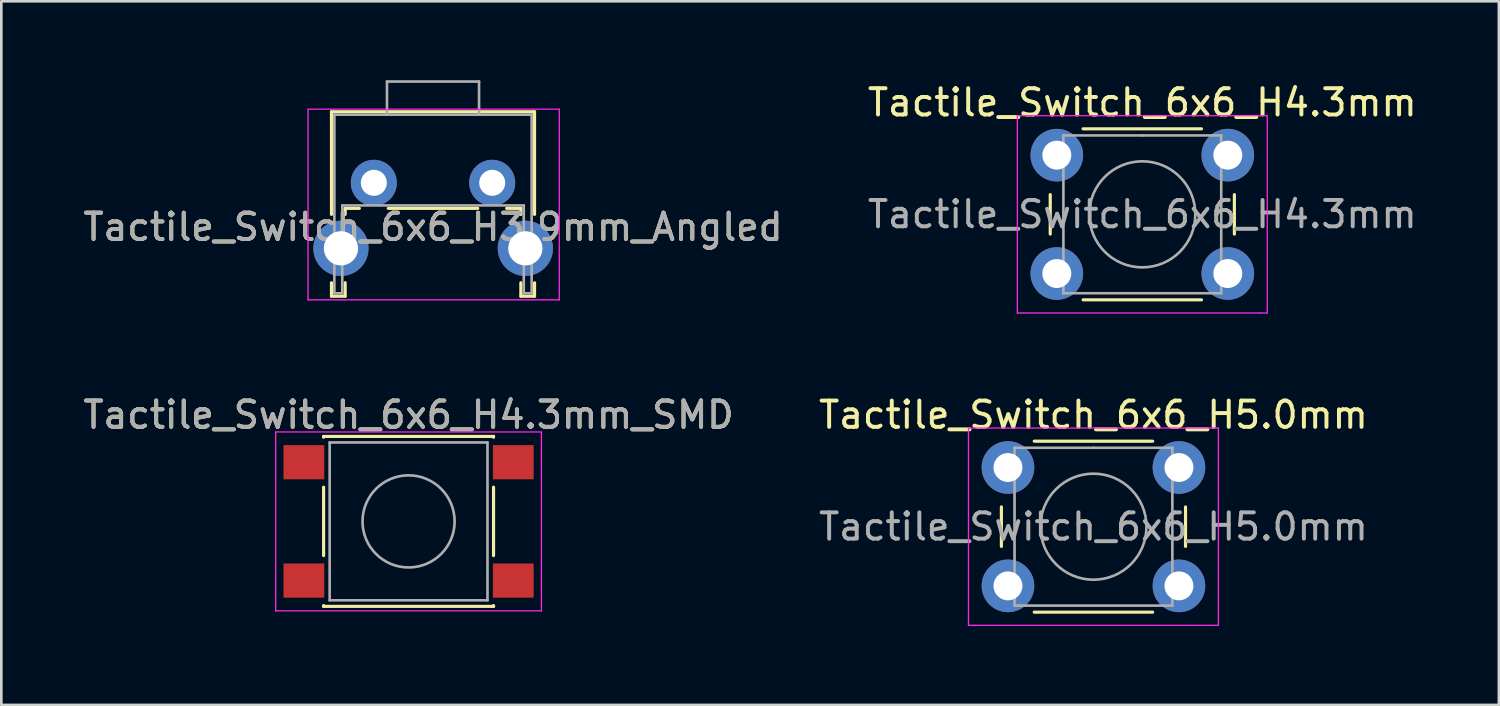
<source format=kicad_pcb>
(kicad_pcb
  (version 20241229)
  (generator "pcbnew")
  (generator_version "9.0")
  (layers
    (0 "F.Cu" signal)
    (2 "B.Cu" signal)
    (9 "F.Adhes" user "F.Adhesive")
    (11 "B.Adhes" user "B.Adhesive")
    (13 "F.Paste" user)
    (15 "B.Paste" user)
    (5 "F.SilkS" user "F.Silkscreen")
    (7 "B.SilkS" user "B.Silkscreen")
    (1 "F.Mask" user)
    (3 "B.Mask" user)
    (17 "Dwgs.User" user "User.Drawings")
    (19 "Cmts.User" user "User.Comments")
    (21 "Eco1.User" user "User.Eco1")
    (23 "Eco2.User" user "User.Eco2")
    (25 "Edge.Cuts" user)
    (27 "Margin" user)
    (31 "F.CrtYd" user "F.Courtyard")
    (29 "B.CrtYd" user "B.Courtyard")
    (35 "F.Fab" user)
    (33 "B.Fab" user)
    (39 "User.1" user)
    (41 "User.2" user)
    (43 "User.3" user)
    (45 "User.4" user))
  (footprint "Tactile_Switch_6x6_H5.0mm"
    (layer "F.Cu")
    (at 35.268 14.722)
    (property "Reference" "Tactile_Switch_6x6_H5.0mm" (at 3.25 -2 0) (layer "F.SilkS") (effects (font (size 1 1) (thickness 0.15))))
    (attr through_hole)
    (fp_line (start -0.25 1.5) (end -0.25 3) (stroke (width 0.12) (type solid)) (layer "F.SilkS"))
    (fp_line (start 1 5.5) (end 5.5 5.5) (stroke (width 0.12) (type solid)) (layer "F.SilkS"))
    (fp_line (start 5.5 -1) (end 1 -1) (stroke (width 0.12) (type solid)) (layer "F.SilkS"))
    (fp_line (start 6.75 3) (end 6.75 1.5) (stroke (width 0.12) (type solid)) (layer "F.SilkS"))
    (fp_line (start -1.5 -1.5) (end -1.25 -1.5) (stroke (width 0.05) (type solid)) (layer "F.CrtYd"))
    (fp_line (start -1.5 -1.25) (end -1.5 -1.5) (stroke (width 0.05) (type solid)) (layer "F.CrtYd"))
    (fp_line (start -1.5 5.75) (end -1.5 -1.25) (stroke (width 0.05) (type solid)) (layer "F.CrtYd"))
    (fp_line (start -1.5 5.75) (end -1.5 6) (stroke (width 0.05) (type solid)) (layer "F.CrtYd"))
    (fp_line (start -1.5 6) (end -1.25 6) (stroke (width 0.05) (type solid)) (layer "F.CrtYd"))
    (fp_line (start -1.25 -1.5) (end 7.75 -1.5) (stroke (width 0.05) (type solid)) (layer "F.CrtYd"))
    (fp_line (start 7.75 -1.5) (end 8 -1.5) (stroke (width 0.05) (type solid)) (layer "F.CrtYd"))
    (fp_line (start 7.75 6) (end -1.25 6) (stroke (width 0.05) (type solid)) (layer "F.CrtYd"))
    (fp_line (start 7.75 6) (end 8 6) (stroke (width 0.05) (type solid)) (layer "F.CrtYd"))
    (fp_line (start 8 -1.5) (end 8 -1.25) (stroke (width 0.05) (type solid)) (layer "F.CrtYd"))
    (fp_line (start 8 -1.25) (end 8 5.75) (stroke (width 0.05) (type solid)) (layer "F.CrtYd"))
    (fp_line (start 8 6) (end 8 5.75) (stroke (width 0.05) (type solid)) (layer "F.CrtYd"))
    (fp_line (start 0.25 -0.75) (end 3.25 -0.75) (stroke (width 0.1) (type solid)) (layer "F.Fab"))
    (fp_line (start 0.25 5.25) (end 0.25 -0.75) (stroke (width 0.1) (type solid)) (layer "F.Fab"))
    (fp_line (start 3.25 -0.75) (end 6.25 -0.75) (stroke (width 0.1) (type solid)) (layer "F.Fab"))
    (fp_line (start 6.25 -0.75) (end 6.25 5.25) (stroke (width 0.1) (type solid)) (layer "F.Fab"))
    (fp_line (start 6.25 5.25) (end 0.25 5.25) (stroke (width 0.1) (type solid)) (layer "F.Fab"))
    (fp_circle (center 3.25 2.25) (end 1.25 2.5) (stroke (width 0.1) (type solid)) (fill no) (layer "F.Fab"))
    (fp_text user "${REFERENCE}" (at 3.25 2.25 0) (layer "F.Fab") (effects (font (size 1 1) (thickness 0.15))))
    (pad "1" thru_hole circle (at 0 0 90) (size 2 2) (drill 1.1) (layers "*.Cu" "*.Mask"))
    (pad "1" thru_hole circle (at 6.5 0 90) (size 2 2) (drill 1.1) (layers "*.Cu" "*.Mask"))
    (pad "2" thru_hole circle (at 0 4.5 90) (size 2 2) (drill 1.1) (layers "*.Cu" "*.Mask"))
    (pad "2" thru_hole circle (at 6.5 4.5 90) (size 2 2) (drill 1.1) (layers "*.Cu" "*.Mask")))
  (footprint "Tactile_Switch_6x6_H4.3mm_SMD"
    (layer "F.Cu")
    (at 12.482 16.771)
    (property "Reference" "Tactile_Switch_6x6_H4.3mm_SMD" (at 0 -4.05 0) (layer "F.SilkS") (effects (font (size 1 1) (thickness 0.15))))
    (attr smd)
    (fp_line (start -3.23 -3.23) (end 3.23 -3.23) (stroke (width 0.12) (type solid)) (layer "F.SilkS"))
    (fp_line (start -3.23 -3.2) (end -3.23 -3.23) (stroke (width 0.12) (type solid)) (layer "F.SilkS"))
    (fp_line (start -3.23 -1.3) (end -3.23 1.3) (stroke (width 0.12) (type solid)) (layer "F.SilkS"))
    (fp_line (start -3.23 3.23) (end -3.23 3.2) (stroke (width 0.12) (type solid)) (layer "F.SilkS"))
    (fp_line (start -3.23 3.23) (end 3.23 3.23) (stroke (width 0.12) (type solid)) (layer "F.SilkS"))
    (fp_line (start 3.23 -3.23) (end 3.23 -3.2) (stroke (width 0.12) (type solid)) (layer "F.SilkS"))
    (fp_line (start 3.23 -1.3) (end 3.23 1.3) (stroke (width 0.12) (type solid)) (layer "F.SilkS"))
    (fp_line (start 3.23 3.23) (end 3.23 3.2) (stroke (width 0.12) (type solid)) (layer "F.SilkS"))
    (fp_line (start -5.05 -3.4) (end -5.05 3.4) (stroke (width 0.05) (type solid)) (layer "F.CrtYd"))
    (fp_line (start -5.05 -3.4) (end 5.05 -3.4) (stroke (width 0.05) (type solid)) (layer "F.CrtYd"))
    (fp_line (start -5.05 3.4) (end 5.05 3.4) (stroke (width 0.05) (type solid)) (layer "F.CrtYd"))
    (fp_line (start 5.05 3.4) (end 5.05 -3.4) (stroke (width 0.05) (type solid)) (layer "F.CrtYd"))
    (fp_line (start -3 -3) (end -3 3) (stroke (width 0.1) (type solid)) (layer "F.Fab"))
    (fp_line (start -3 3) (end 3 3) (stroke (width 0.1) (type solid)) (layer "F.Fab"))
    (fp_line (start 3 -3) (end -3 -3) (stroke (width 0.1) (type solid)) (layer "F.Fab"))
    (fp_line (start 3 3) (end 3 -3) (stroke (width 0.1) (type solid)) (layer "F.Fab"))
    (fp_circle (center 0 0) (end 1.75 -0.05) (stroke (width 0.1) (type solid)) (fill no) (layer "F.Fab"))
    (fp_text user "${REFERENCE}" (at 0 -4.05 0) (layer "F.Fab") (effects (font (size 1 1) (thickness 0.15))))
    (pad "1" smd rect (at -3.98 -2.25) (size 1.55 1.3) (layers "F.Cu" "F.Mask" "F.Paste"))
    (pad "1" smd rect (at 3.98 -2.25) (size 1.55 1.3) (layers "F.Cu" "F.Mask" "F.Paste"))
    (pad "2" smd rect (at -3.98 2.25) (size 1.55 1.3) (layers "F.Cu" "F.Mask" "F.Paste"))
    (pad "2" smd rect (at 3.98 2.25) (size 1.55 1.3) (layers "F.Cu" "F.Mask" "F.Paste")))
  (footprint "Tactile_Switch_6x6_H3.9mm_Angled"
    (layer "F.Cu")
    (at 11.161 3.9)
    (property "Reference" "Tactile_Switch_6x6_H3.9mm_Angled" (at 2.25 1.68 0) (layer "F.SilkS") (effects (font (size 1 1) (thickness 0.15))))
    (attr through_hole)
    (fp_line (start -1.61 -2.7) (end -1.61 1.2) (stroke (width 0.12) (type solid)) (layer "F.SilkS"))
    (fp_line (start -1.61 -2.7) (end 6.11 -2.7) (stroke (width 0.12) (type solid)) (layer "F.SilkS"))
    (fp_line (start -1.61 3.8) (end -1.61 4.31) (stroke (width 0.12) (type solid)) (layer "F.SilkS"))
    (fp_line (start -1.61 4.31) (end -1.09 4.31) (stroke (width 0.12) (type solid)) (layer "F.SilkS"))
    (fp_line (start -1.09 0.97) (end -1.09 1.2) (stroke (width 0.12) (type solid)) (layer "F.SilkS"))
    (fp_line (start -1.09 0.97) (end -0.55 0.97) (stroke (width 0.12) (type solid)) (layer "F.SilkS"))
    (fp_line (start -1.09 3.8) (end -1.09 4.31) (stroke (width 0.12) (type solid)) (layer "F.SilkS"))
    (fp_line (start 0.55 0.97) (end 3.95 0.97) (stroke (width 0.12) (type solid)) (layer "F.SilkS"))
    (fp_line (start 5.05 0.97) (end 5.59 0.97) (stroke (width 0.12) (type solid)) (layer "F.SilkS"))
    (fp_line (start 5.59 0.97) (end 5.59 1.2) (stroke (width 0.12) (type solid)) (layer "F.SilkS"))
    (fp_line (start 5.59 3.8) (end 5.59 4.31) (stroke (width 0.12) (type solid)) (layer "F.SilkS"))
    (fp_line (start 5.59 4.31) (end 6.11 4.31) (stroke (width 0.12) (type solid)) (layer "F.SilkS"))
    (fp_line (start 6.11 -2.7) (end 6.11 1.2) (stroke (width 0.12) (type solid)) (layer "F.SilkS"))
    (fp_line (start 6.11 3.8) (end 6.11 4.31) (stroke (width 0.12) (type solid)) (layer "F.SilkS"))
    (fp_line (start -2.5 -2.8) (end 7.05 -2.8) (stroke (width 0.05) (type solid)) (layer "F.CrtYd"))
    (fp_line (start -2.5 4.45) (end -2.5 -2.8) (stroke (width 0.05) (type solid)) (layer "F.CrtYd"))
    (fp_line (start 7.05 -2.8) (end 7.05 4.45) (stroke (width 0.05) (type solid)) (layer "F.CrtYd"))
    (fp_line (start 7.05 4.45) (end -2.5 4.45) (stroke (width 0.05) (type solid)) (layer "F.CrtYd"))
    (fp_line (start -1.5 -2.59) (end 6 -2.59) (stroke (width 0.1) (type solid)) (layer "F.Fab"))
    (fp_line (start -1.5 4.2) (end -1.5 -2.59) (stroke (width 0.1) (type solid)) (layer "F.Fab"))
    (fp_line (start -1.5 4.2) (end -1.2 4.2) (stroke (width 0.1) (type solid)) (layer "F.Fab"))
    (fp_line (start -1.2 0.86) (end 5.7 0.86) (stroke (width 0.1) (type solid)) (layer "F.Fab"))
    (fp_line (start -1.2 4.2) (end -1.2 0.86) (stroke (width 0.1) (type solid)) (layer "F.Fab"))
    (fp_line (start 0.5 -3.85) (end 0.5 -2.59) (stroke (width 0.1) (type solid)) (layer "F.Fab"))
    (fp_line (start 0.5 -3.85) (end 4 -3.85) (stroke (width 0.1) (type solid)) (layer "F.Fab"))
    (fp_line (start 4 -3.85) (end 4 -2.59) (stroke (width 0.1) (type solid)) (layer "F.Fab"))
    (fp_line (start 5.7 4.2) (end 5.7 0.86) (stroke (width 0.1) (type solid)) (layer "F.Fab"))
    (fp_line (start 5.7 4.2) (end 6 4.2) (stroke (width 0.1) (type solid)) (layer "F.Fab"))
    (fp_line (start 6 4.2) (end 6 -2.59) (stroke (width 0.1) (type solid)) (layer "F.Fab"))
    (fp_text user "${REFERENCE}" (at 2.25 1.68 0) (layer "F.Fab") (effects (font (size 1 1) (thickness 0.15))))
    (pad "" thru_hole circle (at -1.25 2.49) (size 2.1 2.1) (drill 1.3) (layers "*.Cu" "*.Mask"))
    (pad "" thru_hole circle (at 5.76 2.49) (size 2.1 2.1) (drill 1.3) (layers "*.Cu" "*.Mask"))
    (pad "1" thru_hole circle (at 0 0) (size 1.75 1.75) (drill 0.99) (layers "*.Cu" "*.Mask"))
    (pad "2" thru_hole circle (at 4.5 0) (size 1.75 1.75) (drill 0.99) (layers "*.Cu" "*.Mask")))
  (footprint "Tactile_Switch_6x6_H4.3mm"
    (layer "F.Cu")
    (at 37.125 2.848)
    (property "Reference" "Tactile_Switch_6x6_H4.3mm" (at 3.25 -2 0) (layer "F.SilkS") (effects (font (size 1 1) (thickness 0.15))))
    (attr through_hole)
    (fp_line (start -0.25 1.5) (end -0.25 3) (stroke (width 0.12) (type solid)) (layer "F.SilkS"))
    (fp_line (start 1 5.5) (end 5.5 5.5) (stroke (width 0.12) (type solid)) (layer "F.SilkS"))
    (fp_line (start 5.5 -1) (end 1 -1) (stroke (width 0.12) (type solid)) (layer "F.SilkS"))
    (fp_line (start 6.75 3) (end 6.75 1.5) (stroke (width 0.12) (type solid)) (layer "F.SilkS"))
    (fp_line (start -1.5 -1.5) (end -1.25 -1.5) (stroke (width 0.05) (type solid)) (layer "F.CrtYd"))
    (fp_line (start -1.5 -1.25) (end -1.5 -1.5) (stroke (width 0.05) (type solid)) (layer "F.CrtYd"))
    (fp_line (start -1.5 5.75) (end -1.5 -1.25) (stroke (width 0.05) (type solid)) (layer "F.CrtYd"))
    (fp_line (start -1.5 5.75) (end -1.5 6) (stroke (width 0.05) (type solid)) (layer "F.CrtYd"))
    (fp_line (start -1.5 6) (end -1.25 6) (stroke (width 0.05) (type solid)) (layer "F.CrtYd"))
    (fp_line (start -1.25 -1.5) (end 7.75 -1.5) (stroke (width 0.05) (type solid)) (layer "F.CrtYd"))
    (fp_line (start 7.75 -1.5) (end 8 -1.5) (stroke (width 0.05) (type solid)) (layer "F.CrtYd"))
    (fp_line (start 7.75 6) (end -1.25 6) (stroke (width 0.05) (type solid)) (layer "F.CrtYd"))
    (fp_line (start 7.75 6) (end 8 6) (stroke (width 0.05) (type solid)) (layer "F.CrtYd"))
    (fp_line (start 8 -1.5) (end 8 -1.25) (stroke (width 0.05) (type solid)) (layer "F.CrtYd"))
    (fp_line (start 8 -1.25) (end 8 5.75) (stroke (width 0.05) (type solid)) (layer "F.CrtYd"))
    (fp_line (start 8 6) (end 8 5.75) (stroke (width 0.05) (type solid)) (layer "F.CrtYd"))
    (fp_line (start 0.25 -0.75) (end 3.25 -0.75) (stroke (width 0.1) (type solid)) (layer "F.Fab"))
    (fp_line (start 0.25 5.25) (end 0.25 -0.75) (stroke (width 0.1) (type solid)) (layer "F.Fab"))
    (fp_line (start 3.25 -0.75) (end 6.25 -0.75) (stroke (width 0.1) (type solid)) (layer "F.Fab"))
    (fp_line (start 6.25 -0.75) (end 6.25 5.25) (stroke (width 0.1) (type solid)) (layer "F.Fab"))
    (fp_line (start 6.25 5.25) (end 0.25 5.25) (stroke (width 0.1) (type solid)) (layer "F.Fab"))
    (fp_circle (center 3.25 2.25) (end 1.25 2.5) (stroke (width 0.1) (type solid)) (fill no) (layer "F.Fab"))
    (fp_text user "${REFERENCE}" (at 3.25 2.25 0) (layer "F.Fab") (effects (font (size 1 1) (thickness 0.15))))
    (pad "1" thru_hole circle (at 0 0 90) (size 2 2) (drill 1.1) (layers "*.Cu" "*.Mask"))
    (pad "1" thru_hole circle (at 6.5 0 90) (size 2 2) (drill 1.1) (layers "*.Cu" "*.Mask"))
    (pad "2" thru_hole circle (at 0 4.5 90) (size 2 2) (drill 1.1) (layers "*.Cu" "*.Mask"))
    (pad "2" thru_hole circle (at 6.5 4.5 90) (size 2 2) (drill 1.1) (layers "*.Cu" "*.Mask")))
  (gr_rect
    (start -3 -3)
    (end 53.929 23.747)
    (stroke (width 0.1) (type default))
    (fill no)
    (layer "Edge.Cuts")))
</source>
